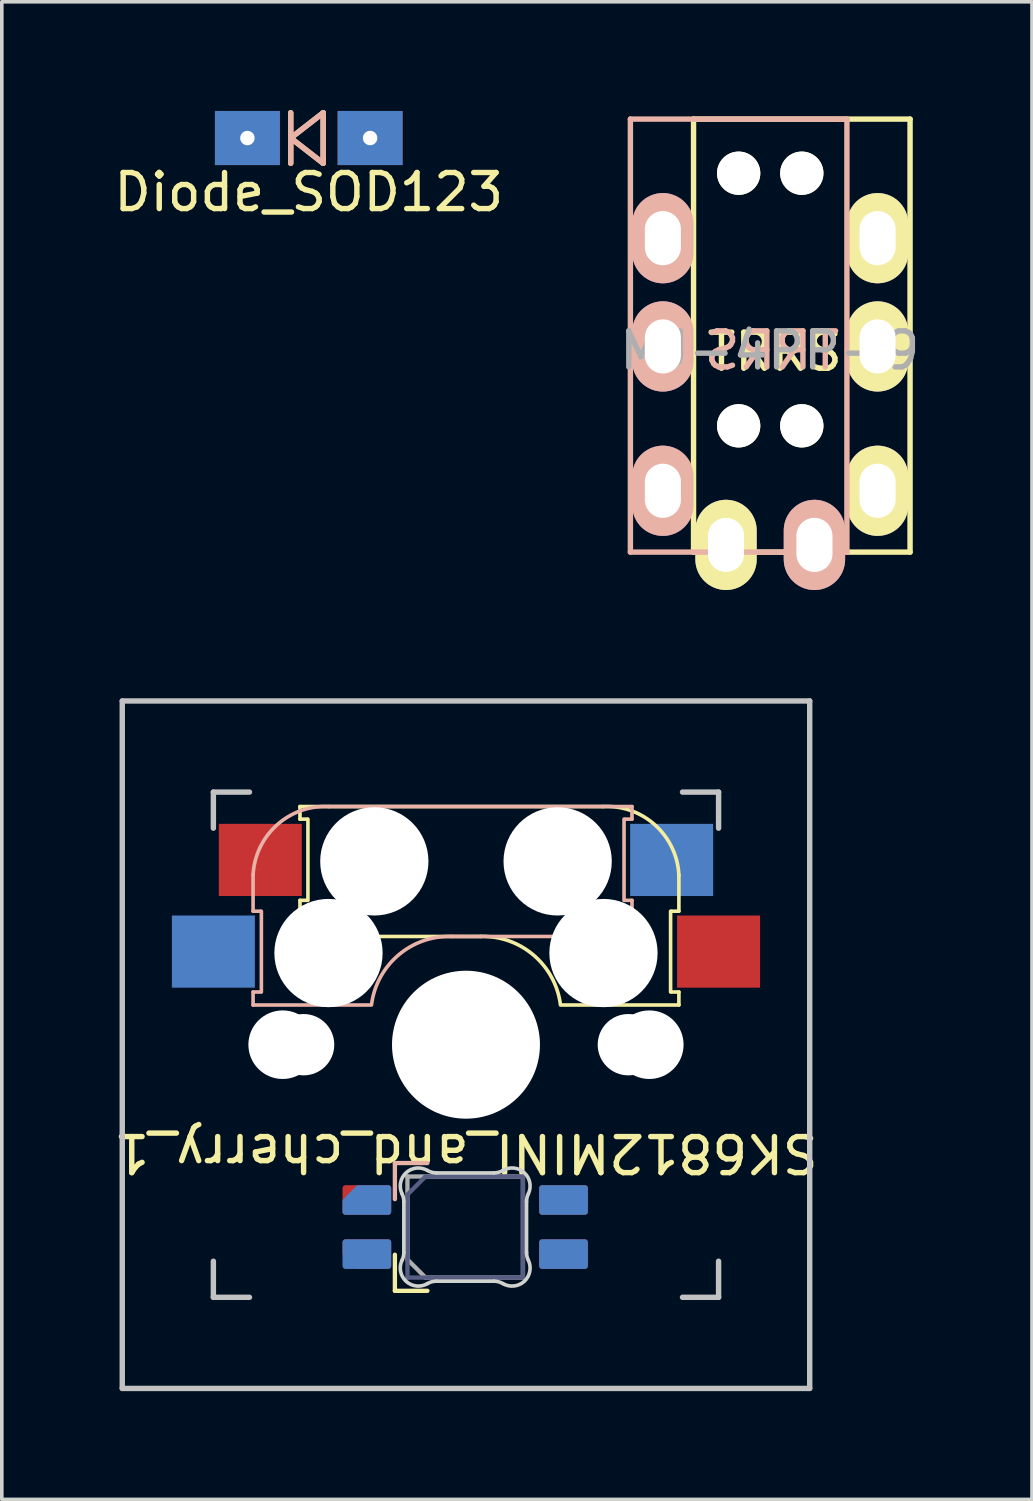
<source format=kicad_pcb>
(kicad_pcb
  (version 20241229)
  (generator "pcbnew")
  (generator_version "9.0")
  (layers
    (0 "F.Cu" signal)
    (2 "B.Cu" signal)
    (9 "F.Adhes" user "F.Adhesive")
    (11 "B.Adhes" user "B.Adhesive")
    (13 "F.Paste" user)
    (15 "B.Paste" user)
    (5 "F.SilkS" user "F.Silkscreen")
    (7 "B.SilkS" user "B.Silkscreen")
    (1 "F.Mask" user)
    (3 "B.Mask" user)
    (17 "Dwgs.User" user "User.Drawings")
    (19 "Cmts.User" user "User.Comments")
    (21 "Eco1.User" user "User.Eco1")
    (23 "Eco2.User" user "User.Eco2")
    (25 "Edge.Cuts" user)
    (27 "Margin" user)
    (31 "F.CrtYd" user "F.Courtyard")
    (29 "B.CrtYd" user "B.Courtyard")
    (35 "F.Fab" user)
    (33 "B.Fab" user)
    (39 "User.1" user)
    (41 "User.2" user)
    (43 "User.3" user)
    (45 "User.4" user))
  (footprint "MJ-4PP-9"
    (layer "F.Cu")
    (at 19.169 0.25)
    (property "Reference" "MJ-4PP-9" (at -0.889 6.413 0) (layer "F.Fab") (effects (font (size 1 1) (thickness 0.15))))
    (attr through_hole)
    (fp_line (start -3 0) (end 3 0) (stroke (width 0.15) (type solid)) (layer "F.SilkS"))
    (fp_line (start -3 12) (end -3 0) (stroke (width 0.15) (type solid)) (layer "F.SilkS"))
    (fp_line (start 3 0) (end 3 12) (stroke (width 0.15) (type solid)) (layer "F.SilkS"))
    (fp_line (start 3 12) (end -3 12) (stroke (width 0.15) (type solid)) (layer "F.SilkS"))
    (fp_line (start -4.75 0) (end 1.25 0) (stroke (width 0.15) (type solid)) (layer "B.SilkS"))
    (fp_line (start -4.75 12) (end -4.75 0) (stroke (width 0.15) (type solid)) (layer "B.SilkS"))
    (fp_line (start 1.25 0) (end 1.25 12) (stroke (width 0.15) (type solid)) (layer "B.SilkS"))
    (fp_line (start 1.25 12) (end -4.75 12) (stroke (width 0.15) (type solid)) (layer "B.SilkS"))
    (fp_text user "TRRS" (at -0.75 6.45 0) (layer "F.SilkS") (effects (font (size 1 1) (thickness 0.15))))
    (fp_text user "TRRS" (at -0.826 6.413 0) (layer "B.SilkS") (effects (font (size 1 1) (thickness 0.15)) (justify mirror)))
    (pad "" np_thru_hole circle (at -1.75 1.5) (size 1.2 1.2) (drill 1.2) (layers "*.Cu" "*.Mask" "F.SilkS"))
    (pad "" np_thru_hole circle (at -1.75 8.5) (size 1.2 1.2) (drill 1.2) (layers "*.Cu" "*.Mask" "F.SilkS"))
    (pad "" np_thru_hole circle (at 0 1.5) (size 1.2 1.2) (drill 1.2) (layers "*.Cu" "*.Mask" "F.SilkS"))
    (pad "" np_thru_hole circle (at 0 8.5) (size 1.2 1.2) (drill 1.2) (layers "*.Cu" "*.Mask" "F.SilkS"))
    (pad "1" thru_hole oval (at -3.85 10.3) (size 1.7 2.5) (drill oval 1 1.5) (layers "*.Cu" "*.Mask" "B.SilkS"))
    (pad "1" thru_hole oval (at 2.1 10.3) (size 1.7 2.5) (drill oval 1 1.5) (layers "*.Cu" "*.Mask" "F.SilkS"))
    (pad "2" thru_hole oval (at -3.85 6.3) (size 1.7 2.5) (drill oval 1 1.5) (layers "*.Cu" "*.Mask" "B.SilkS"))
    (pad "2" thru_hole oval (at 2.1 6.3) (size 1.7 2.5) (drill oval 1 1.5) (layers "*.Cu" "*.Mask" "F.SilkS"))
    (pad "3" thru_hole oval (at -3.85 3.3) (size 1.7 2.5) (drill oval 1 1.5) (layers "*.Cu" "*.Mask" "B.SilkS"))
    (pad "3" thru_hole oval (at -2.1 11.8) (size 1.7 2.5) (drill oval 1 1.5) (layers "*.Cu" "*.Mask" "F.SilkS"))
    (pad "4" thru_hole oval (at 0.35 11.8) (size 1.7 2.5) (drill oval 1 1.5) (layers "*.Cu" "*.Mask" "B.SilkS"))
    (pad "4" thru_hole oval (at 2.1 3.3) (size 1.7 2.5) (drill oval 1 1.5) (layers "*.Cu" "*.Mask" "F.SilkS")))
  (footprint "SK6812MINI_and_cherry_1"
    (layer "F.Cu")
    (at 9.863 25.9)
    (property "Reference" "SK6812MINI_and_cherry_1" (at 0 3 180) (unlocked yes) (layer "F.SilkS") (effects (font (size 1 1) (thickness 0.15))))
    (attr through_hole)
    (fp_line (start -4.6 -6.6) (end 3.8 -6.6) (stroke (width 0.1) (type solid)) (layer "F.SilkS"))
    (fp_line (start -4.6 -6.25) (end -4.6 -6.6) (stroke (width 0.1) (type solid)) (layer "F.SilkS"))
    (fp_line (start -4.6 -4) (end -4.4 -4) (stroke (width 0.1) (type solid)) (layer "F.SilkS"))
    (fp_line (start -4.6 -3) (end -4.6 -4) (stroke (width 0.1) (type solid)) (layer "F.SilkS"))
    (fp_line (start -4.4 -6.25) (end -4.6 -6.25) (stroke (width 0.1) (type solid)) (layer "F.SilkS"))
    (fp_line (start -4.38 -4) (end -4.38 -6.25) (stroke (width 0.1) (type solid)) (layer "F.SilkS"))
    (fp_line (start -1.97 5.82) (end -1.97 6.82) (stroke (width 0.12) (type solid)) (layer "F.SilkS"))
    (fp_line (start -1.97 6.82) (end -1.07 6.82) (stroke (width 0.12) (type solid)) (layer "F.SilkS"))
    (fp_line (start 0.4 -3) (end -4.6 -3) (stroke (width 0.1) (type solid)) (layer "F.SilkS"))
    (fp_line (start 5.67 -3.7) (end 5.67 -1.46) (stroke (width 0.1) (type solid)) (layer "F.SilkS"))
    (fp_line (start 5.7 -1.46) (end 5.9 -1.46) (stroke (width 0.1) (type solid)) (layer "F.SilkS"))
    (fp_line (start 5.9 -4.7) (end 5.9 -3.7) (stroke (width 0.1) (type solid)) (layer "F.SilkS"))
    (fp_line (start 5.9 -3.7) (end 5.7 -3.7) (stroke (width 0.1) (type solid)) (layer "F.SilkS"))
    (fp_line (start 5.9 -1.1) (end 2.62 -1.1) (stroke (width 0.1) (type solid)) (layer "F.SilkS"))
    (fp_line (start 5.9 -1.1) (end 5.9 -1.46) (stroke (width 0.1) (type solid)) (layer "F.SilkS"))
    (fp_arc (start 0.4 -3) (mid 1.868709 -2.486118) (end 2.616318 -1.121471) (stroke (width 0.1) (type solid)) (layer "F.SilkS"))
    (fp_arc (start 3.8 -6.600001) (mid 5.243504 -6.084925) (end 5.900001 -4.7) (stroke (width 0.1) (type solid)) (layer "F.SilkS"))
    (fp_line (start -5.9 -4.7) (end -5.9 -3.7) (stroke (width 0.1) (type solid)) (layer "B.SilkS"))
    (fp_line (start -5.9 -3.7) (end -5.7 -3.7) (stroke (width 0.1) (type solid)) (layer "B.SilkS"))
    (fp_line (start -5.9 -1.1) (end -5.9 -1.46) (stroke (width 0.1) (type solid)) (layer "B.SilkS"))
    (fp_line (start -5.9 -1.1) (end -2.62 -1.1) (stroke (width 0.1) (type solid)) (layer "B.SilkS"))
    (fp_line (start -5.7 -1.46) (end -5.9 -1.46) (stroke (width 0.1) (type solid)) (layer "B.SilkS"))
    (fp_line (start -5.67 -3.7) (end -5.67 -1.46) (stroke (width 0.1) (type solid)) (layer "B.SilkS"))
    (fp_line (start -1.97 3.28) (end -1.07 3.28) (stroke (width 0.12) (type solid)) (layer "B.SilkS"))
    (fp_line (start -1.97 4.28) (end -1.97 3.28) (stroke (width 0.12) (type solid)) (layer "B.SilkS"))
    (fp_line (start -0.4 -3) (end 4.6 -3) (stroke (width 0.1) (type solid)) (layer "B.SilkS"))
    (fp_line (start 4.38 -4) (end 4.38 -6.25) (stroke (width 0.1) (type solid)) (layer "B.SilkS"))
    (fp_line (start 4.4 -6.25) (end 4.6 -6.25) (stroke (width 0.1) (type solid)) (layer "B.SilkS"))
    (fp_line (start 4.6 -6.6) (end -3.8 -6.6) (stroke (width 0.1) (type solid)) (layer "B.SilkS"))
    (fp_line (start 4.6 -6.25) (end 4.6 -6.6) (stroke (width 0.1) (type solid)) (layer "B.SilkS"))
    (fp_line (start 4.6 -4) (end 4.4 -4) (stroke (width 0.1) (type solid)) (layer "B.SilkS"))
    (fp_line (start 4.6 -3) (end 4.6 -4) (stroke (width 0.1) (type solid)) (layer "B.SilkS"))
    (fp_arc (start -5.9 -4.699999) (mid -5.243504 -6.084924) (end -3.800001 -6.6) (stroke (width 0.1) (type solid)) (layer "B.SilkS"))
    (fp_arc (start -2.616318 -1.121471) (mid -1.868709 -2.486118) (end -0.4 -3) (stroke (width 0.1) (type solid)) (layer "B.SilkS"))
    (fp_line (start -9.525 -9.525) (end 9.525 -9.525) (stroke (width 0.15) (type solid)) (layer "Dwgs.User"))
    (fp_line (start -9.525 9.525) (end -9.525 -9.525) (stroke (width 0.15) (type solid)) (layer "Dwgs.User"))
    (fp_line (start -7 -7) (end -6 -7) (stroke (width 0.15) (type solid)) (layer "Dwgs.User"))
    (fp_line (start -7 -6) (end -7 -7) (stroke (width 0.15) (type solid)) (layer "Dwgs.User"))
    (fp_line (start -7 6) (end -7 7) (stroke (width 0.15) (type solid)) (layer "Dwgs.User"))
    (fp_line (start -7 7) (end -6 7) (stroke (width 0.15) (type solid)) (layer "Dwgs.User"))
    (fp_line (start 6 7) (end 7 7) (stroke (width 0.15) (type solid)) (layer "Dwgs.User"))
    (fp_line (start 7 -7) (end 6 -7) (stroke (width 0.15) (type solid)) (layer "Dwgs.User"))
    (fp_line (start 7 -7) (end 7 -6) (stroke (width 0.15) (type solid)) (layer "Dwgs.User"))
    (fp_line (start 7 7) (end 7 6) (stroke (width 0.15) (type solid)) (layer "Dwgs.User"))
    (fp_line (start 9.525 -9.525) (end 9.525 9.525) (stroke (width 0.15) (type solid)) (layer "Dwgs.User"))
    (fp_line (start 9.525 9.525) (end -9.525 9.525) (stroke (width 0.15) (type solid)) (layer "Dwgs.User"))
    (fp_line (start -1.722 5.756) (end -1.722 4.35) (stroke (width 0.1) (type solid)) (layer "Edge.Cuts"))
    (fp_line (start 0.773 3.553) (end -0.816 3.553) (stroke (width 0.1) (type solid)) (layer "Edge.Cuts"))
    (fp_line (start 0.773 6.553) (end -0.816 6.553) (stroke (width 0.1) (type solid)) (layer "Edge.Cuts"))
    (fp_line (start 1.678 5.756) (end 1.678 4.35) (stroke (width 0.1) (type solid)) (layer "Edge.Cuts"))
    (fp_arc (start -1.77141 4.133123) (mid -1.734454 4.238775) (end -1.721925 4.350001) (stroke (width 0.1) (type solid)) (layer "Edge.Cuts"))
    (fp_arc (start -1.77141 4.133124) (mid -1.66 3.548806) (end -1.068637 3.484544) (stroke (width 0.1) (type solid)) (layer "Edge.Cuts"))
    (fp_arc (start -1.721925 5.755686) (mid -1.734454 5.866911) (end -1.77141 5.972563) (stroke (width 0.1) (type solid)) (layer "Edge.Cuts"))
    (fp_arc (start -1.068637 6.621142) (mid -1.659997 6.556877) (end -1.77141 5.972562) (stroke (width 0.1) (type solid)) (layer "Edge.Cuts"))
    (fp_arc (start -1.068637 6.621142) (mid -0.947049 6.570219) (end -0.816378 6.552843) (stroke (width 0.1) (type solid)) (layer "Edge.Cuts"))
    (fp_arc (start -0.816378 3.552843) (mid -0.947049 3.535466) (end -1.068637 3.484544) (stroke (width 0.1) (type solid)) (layer "Edge.Cuts"))
    (fp_arc (start 0.772527 6.552843) (mid 0.903197 6.57022) (end 1.024785 6.621142) (stroke (width 0.1) (type solid)) (layer "Edge.Cuts"))
    (fp_arc (start 1.024785 3.484544) (mid 0.903197 3.535465) (end 0.772527 3.552843) (stroke (width 0.1) (type solid)) (layer "Edge.Cuts"))
    (fp_arc (start 1.024785 3.484546) (mid 1.616148 3.548809) (end 1.727558 4.133123) (stroke (width 0.1) (type solid)) (layer "Edge.Cuts"))
    (fp_arc (start 1.678073 4.350001) (mid 1.690601 4.238775) (end 1.727558 4.133123) (stroke (width 0.1) (type solid)) (layer "Edge.Cuts"))
    (fp_arc (start 1.727558 5.972563) (mid 1.616145 6.556875) (end 1.024785 6.621142) (stroke (width 0.1) (type solid)) (layer "Edge.Cuts"))
    (fp_arc (start 1.727558 5.972563) (mid 1.690589 5.866914) (end 1.678073 5.755686) (stroke (width 0.1) (type solid)) (layer "Edge.Cuts"))
    (fp_line (start -1.622 4.153) (end -1.622 6.453) (stroke (width 0.12) (type solid)) (layer "B.Fab"))
    (fp_line (start -1.622 4.153) (end -1.122 3.653) (stroke (width 0.12) (type solid)) (layer "B.Fab"))
    (fp_line (start -1.622 6.453) (end 1.578 6.453) (stroke (width 0.12) (type solid)) (layer "B.Fab"))
    (fp_line (start 1.578 3.653) (end -1.122 3.653) (stroke (width 0.12) (type solid)) (layer "B.Fab"))
    (fp_line (start 1.578 6.453) (end 1.578 3.653) (stroke (width 0.12) (type solid)) (layer "B.Fab"))
    (fp_line (start -1.622 3.653) (end 1.578 3.653) (stroke (width 0.12) (type solid)) (layer "F.Fab"))
    (fp_line (start -1.622 5.953) (end -1.622 3.653) (stroke (width 0.12) (type solid)) (layer "F.Fab"))
    (fp_line (start -1.622 5.953) (end -1.122 6.453) (stroke (width 0.12) (type solid)) (layer "F.Fab"))
    (fp_line (start 1.578 3.653) (end 1.578 6.453) (stroke (width 0.12) (type solid)) (layer "F.Fab"))
    (fp_line (start 1.578 6.453) (end -1.122 6.453) (stroke (width 0.12) (type solid)) (layer "F.Fab"))
    (pad "" np_thru_hole circle (at -5.08 0) (size 1.9 1.9) (drill 1.9) (layers "*.Cu" "*.Mask"))
    (pad "" np_thru_hole circle (at -4.5 0) (size 1.7 1.7) (drill 1.7) (layers "*.Cu" "*.Mask"))
    (pad "" np_thru_hole circle (at -3.81 -2.54 180) (size 3 3) (drill 3) (layers "*.Cu" "*.Mask"))
    (pad "" np_thru_hole circle (at -2.54 -5.08 180) (size 3 3) (drill 3) (layers "*.Cu" "*.Mask"))
    (pad "" np_thru_hole circle (at 0 0 90) (size 4.1 4.1) (drill 4.1) (layers "*.Cu" "*.Mask"))
    (pad "" np_thru_hole circle (at 2.54 -5.08 180) (size 3 3) (drill 3) (layers "*.Cu" "*.Mask"))
    (pad "" np_thru_hole circle (at 3.81 -2.54 180) (size 3 3) (drill 3) (layers "*.Cu" "*.Mask"))
    (pad "" np_thru_hole circle (at 4.5 0) (size 1.7 1.7) (drill 1.7) (layers "*.Cu" "*.Mask"))
    (pad "" np_thru_hole circle (at 5.08 0) (size 1.9 1.9) (drill 1.9) (layers "*.Cu" "*.Mask"))
    (pad "1" smd roundrect (at 2.703 4.303 90) (size 0.82 1.35) (layers "B.Cu" "B.Mask" "B.Paste") (roundrect_rratio 0.1))
    (pad "1" smd roundrect (at 2.703 5.803 90) (size 0.82 1.35) (layers "F.Cu" "F.Mask" "F.Paste") (roundrect_rratio 0.1))
    (pad "2" smd roundrect (at -2.747 4.303 90) (size 0.82 1.35) (layers "B.Cu" "B.Mask" "B.Paste") (roundrect_rratio 0.1) (chamfer_ratio 0.5) (chamfer top_right))
    (pad "2" smd roundrect (at -2.747 5.803 90) (size 0.82 1.35) (layers "F.Cu" "F.Mask" "F.Paste") (roundrect_rratio 0.1) (chamfer_ratio 0.5) (chamfer top_left))
    (pad "3" smd roundrect (at -2.747 4.303 90) (size 0.82 1.35) (layers "F.Cu" "F.Mask" "F.Paste") (roundrect_rratio 0.1))
    (pad "3" smd roundrect (at -2.747 5.803 90) (size 0.82 1.35) (layers "B.Cu" "B.Mask" "B.Paste") (roundrect_rratio 0.1))
    (pad "4" smd roundrect (at 2.703 4.303 90) (size 0.82 1.35) (layers "F.Cu" "F.Mask" "F.Paste") (roundrect_rratio 0.1))
    (pad "4" smd roundrect (at 2.703 5.803 90) (size 0.82 1.35) (layers "B.Cu" "B.Mask" "B.Paste") (roundrect_rratio 0.1))
    (pad "5" smd rect (at -7 -2.58 180) (size 2.3 2) (layers "B.Cu" "B.Mask" "B.Paste"))
    (pad "5" smd rect (at 7 -2.58 180) (size 2.3 2) (layers "F.Cu" "F.Mask" "F.Paste"))
    (pad "6" smd rect (at -5.7 -5.12 180) (size 2.3 2) (layers "F.Cu" "F.Mask"))
    (pad "6" smd rect (at 5.7 -5.12 180) (size 2.3 2) (layers "B.Cu" "B.Mask" "B.Paste"))
    (zone (net_name "") (layers "F.Cu" "B.Cu") (name "CUTOUT") (hatch edge 0.5) (connect_pads) (min_thickness 0.25) (filled_areas_thickness no) (keepout (tracks not_allowed) (vias not_allowed) (pads not_allowed) (copperpour not_allowed) (footprints allowed)) (placement (enabled no)) (fill) (polygon (pts (xy 7.963 29.25) (xy 7.972 32.649) (xy 11.863 32.65) (xy 11.882 29.259) (xy 8.883 29.25)))))
  (footprint "Diode_SOD123"
    (placed yes)
    (layer "F.Cu")
    (at 5.506 0.775)
    (property "Reference" "Diode_SOD123" (at 0 1.5 0) (layer "F.SilkS") (effects (font (size 1 1) (thickness 0.15))))
    (attr through_hole)
    (fp_line (start -0.5 -0.7) (end -0.5 0.7) (stroke (width 0.15) (type solid)) (layer "F.SilkS"))
    (fp_line (start -0.5 0) (end 0.4 -0.7) (stroke (width 0.15) (type solid)) (layer "F.SilkS"))
    (fp_line (start 0.4 -0.7) (end 0.4 0.7) (stroke (width 0.15) (type solid)) (layer "F.SilkS"))
    (fp_line (start 0.4 0.7) (end -0.5 0) (stroke (width 0.15) (type solid)) (layer "F.SilkS"))
    (fp_line (start -0.5 -0.7) (end -0.5 0.7) (stroke (width 0.15) (type solid)) (layer "B.SilkS"))
    (fp_line (start -0.5 0) (end 0.4 -0.7) (stroke (width 0.15) (type solid)) (layer "B.SilkS"))
    (fp_line (start 0.4 -0.7) (end 0.4 0.7) (stroke (width 0.15) (type solid)) (layer "B.SilkS"))
    (fp_line (start 0.4 0.7) (end -0.5 0) (stroke (width 0.15) (type solid)) (layer "B.SilkS"))
    (pad "1" thru_hole rect (at -1.7 0) (size 1.8 1.5) (drill 0.4) (layers "*.Cu" "*.Paste" "*.Mask"))
    (pad "2" thru_hole rect (at 1.7 0) (size 1.8 1.5) (drill 0.4) (layers "*.Cu" "*.Paste" "*.Mask")))
  (gr_rect
    (start -3 -3)
    (end 25.548 38.5)
    (stroke (width 0.1) (type default))
    (fill no)
    (layer "Edge.Cuts")))
</source>
